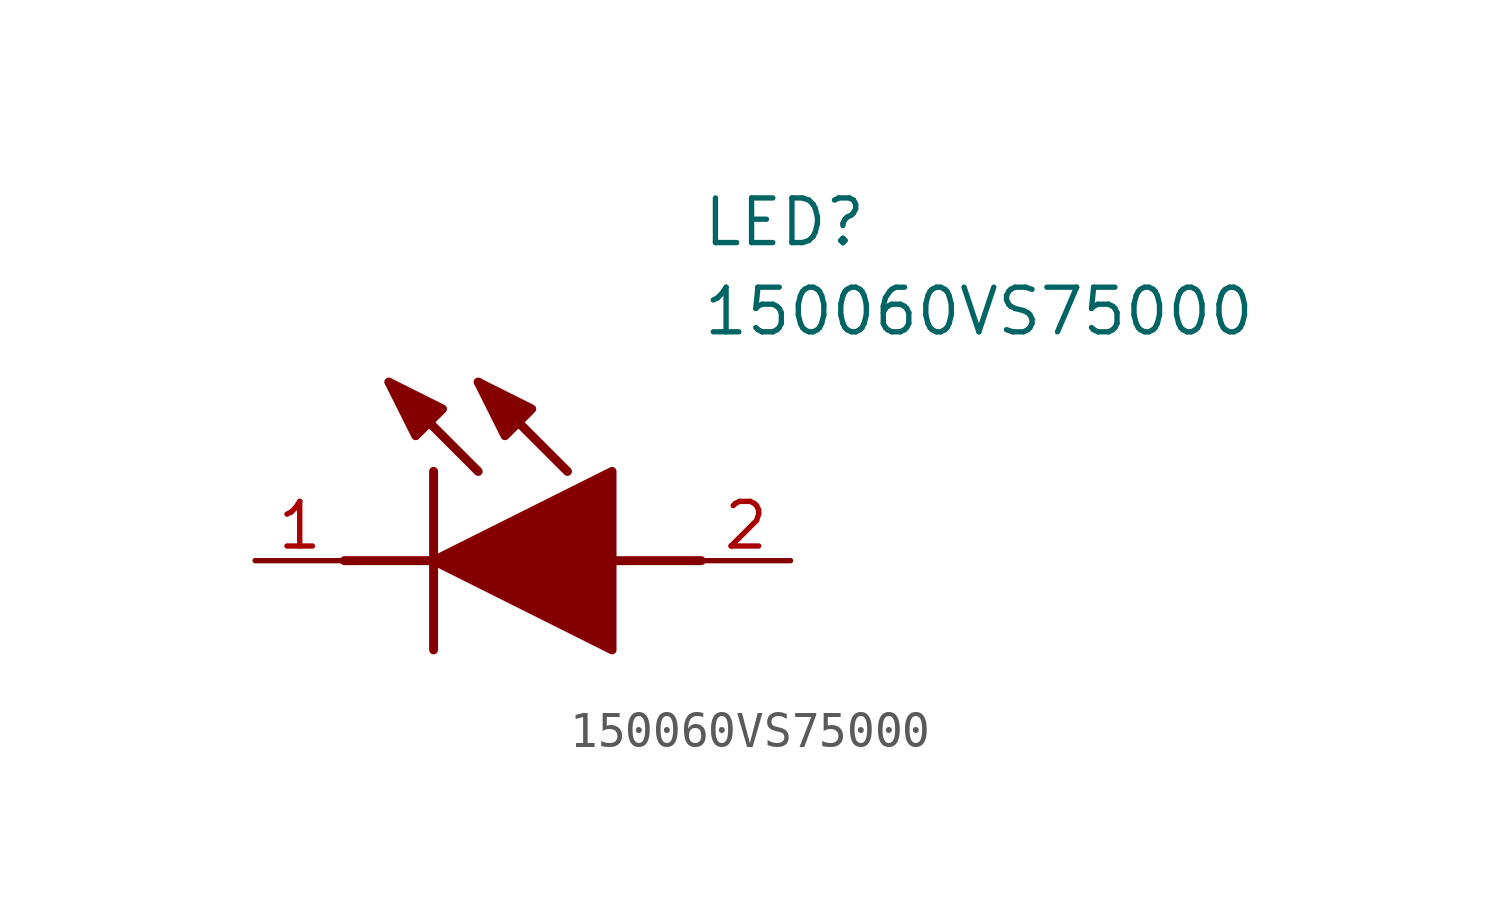
<source format=kicad_sym>
(kicad_symbol_lib
  (version 20211014)
  (generator SamacSys_ECAD_Model)
  (symbol "150060VS75000"
    (pin_names hide)
    (property "Reference" "LED"
      (at 12.7 8.89 0)
      (effects (font (size 1.27 1.27)) (justify left bottom)))
    (property "Value" "150060VS75000"
      (at 12.7 6.35 0)
      (effects (font (size 1.27 1.27)) (justify left bottom)))
    (polyline
      (pts (xy 5.08 2.54) (xy 5.08 -2.54))
      (stroke (width 0.254) (type default))
      (fill (type none)))
    (polyline
      (pts (xy 6.35 2.54) (xy 3.81 5.08))
      (stroke (width 0.254) (type default))
      (fill (type none)))
    (polyline
      (pts (xy 8.89 2.54) (xy 6.35 5.08))
      (stroke (width 0.254) (type default))
      (fill (type none)))
    (polyline
      (pts (xy 2.54 0) (xy 5.08 0))
      (stroke (width 0.254) (type default))
      (fill (type none)))
    (polyline
      (pts (xy 10.16 0) (xy 12.7 0))
      (stroke (width 0.254) (type default))
      (fill (type none)))
    (polyline
      (pts (xy 5.08 0) (xy 10.16 2.54) (xy 10.16 -2.54) (xy 5.08 0))
      (stroke (width 0.254) (type default))
      (fill (type outline)))
    (polyline
      (pts (xy 5.334 4.318) (xy 4.572 3.556) (xy 3.81 5.08) (xy 5.334 4.318))
      (stroke (width 0.254) (type default))
      (fill (type outline)))
    (polyline
      (pts (xy 7.874 4.318) (xy 7.112 3.556) (xy 6.35 5.08) (xy 7.874 4.318))
      (stroke (width 0.254) (type default))
      (fill (type outline)))
    (pin passive line
      (at 0 0 0)
      (length 2.54)
      (name "K" (effects (font (size 1.27 1.27))))
      (number "1" (effects (font (size 1.27 1.27)))))
    (pin passive line
      (at 15.24 0 180)
      (length 2.54)
      (name "A" (effects (font (size 1.27 1.27))))
      (number "2" (effects (font (size 1.27 1.27)))))))
</source>
